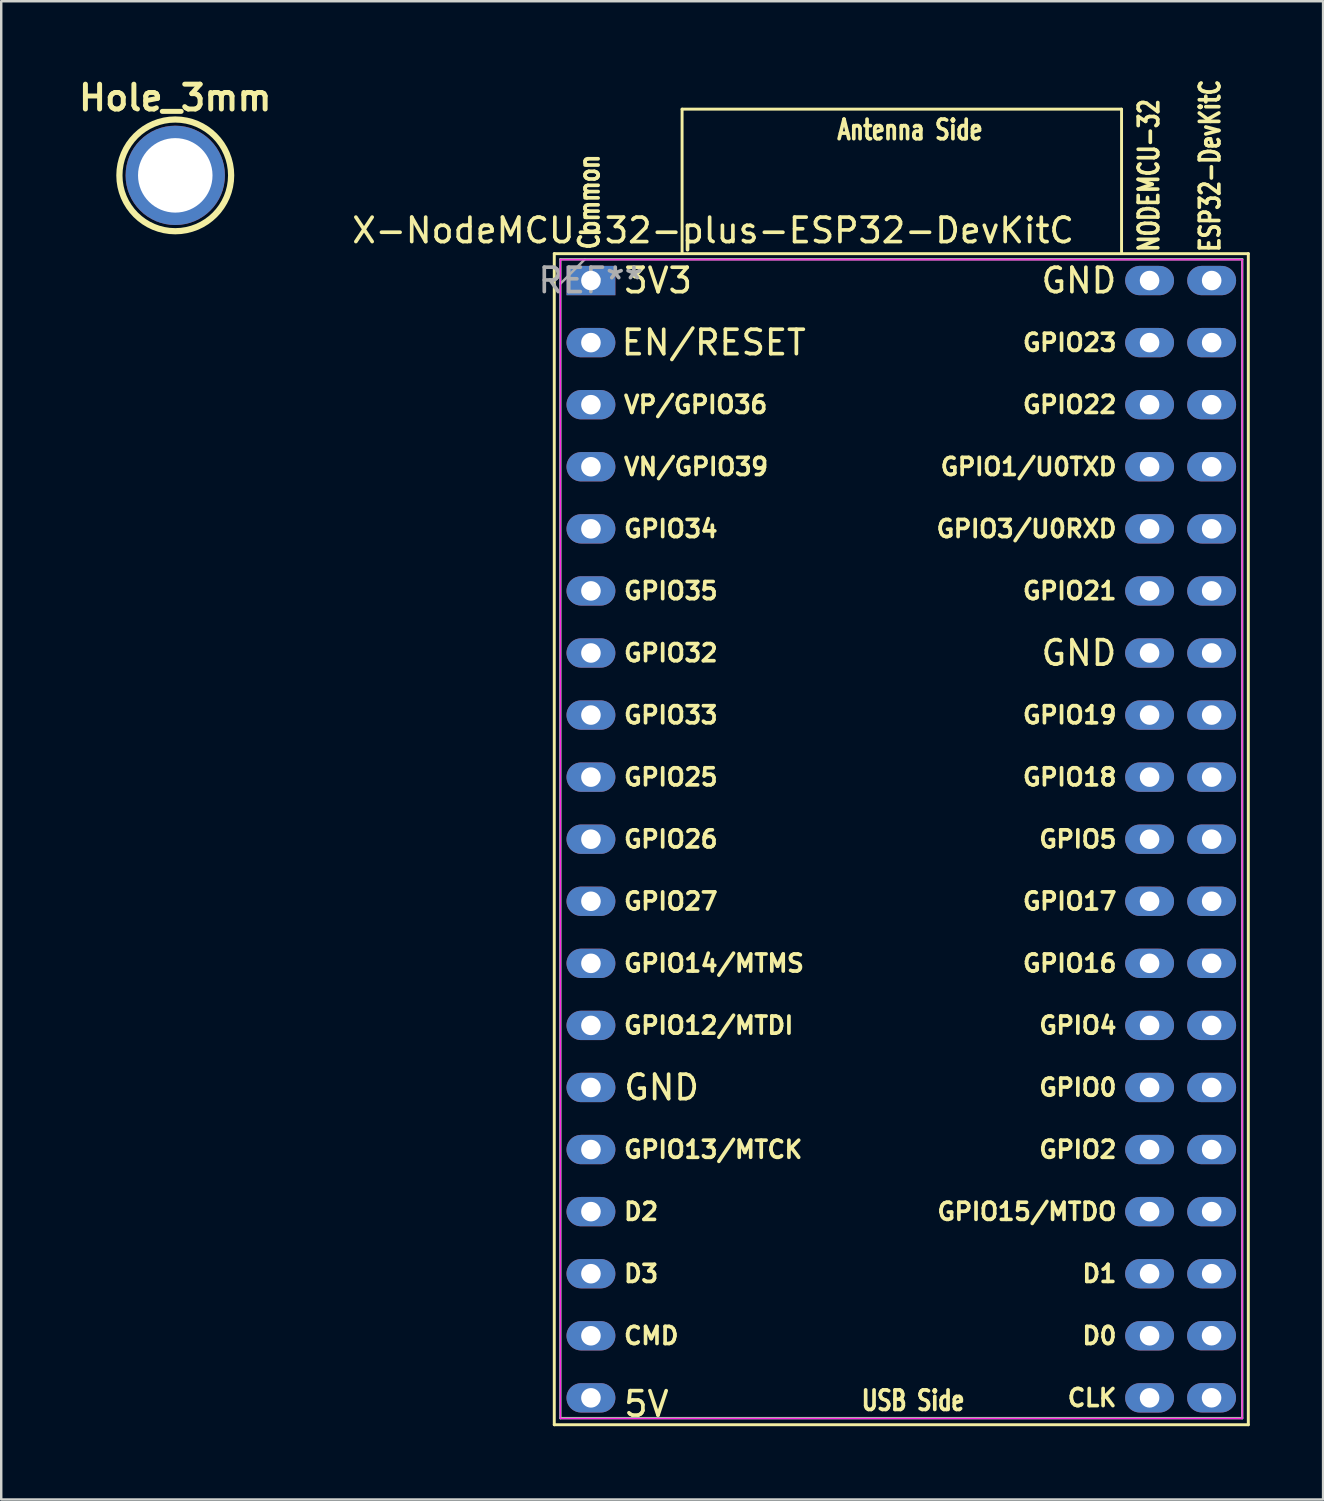
<source format=kicad_pcb>
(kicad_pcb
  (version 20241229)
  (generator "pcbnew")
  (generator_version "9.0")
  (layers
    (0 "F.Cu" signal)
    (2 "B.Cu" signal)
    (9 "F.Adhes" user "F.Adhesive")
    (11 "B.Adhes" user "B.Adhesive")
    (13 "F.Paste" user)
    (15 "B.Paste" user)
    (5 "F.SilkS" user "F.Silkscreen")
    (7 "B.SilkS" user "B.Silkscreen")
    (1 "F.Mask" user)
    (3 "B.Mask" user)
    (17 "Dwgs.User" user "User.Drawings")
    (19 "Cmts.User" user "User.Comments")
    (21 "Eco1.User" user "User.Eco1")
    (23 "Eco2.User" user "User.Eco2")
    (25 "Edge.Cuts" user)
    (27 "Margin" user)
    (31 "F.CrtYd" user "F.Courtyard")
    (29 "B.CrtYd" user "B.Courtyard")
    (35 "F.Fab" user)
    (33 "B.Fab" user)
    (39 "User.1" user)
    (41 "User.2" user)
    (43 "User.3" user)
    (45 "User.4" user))
  (footprint "X-NodeMCU-32-plus-ESP32-DevKitC"
    (layer "F.Cu")
    (at 21.131 8.43)
    (property "Reference" "X-NodeMCU-32-plus-ESP32-DevKitC" (at 5 -2.05 0) (layer "F.SilkS") (effects (font (size 1 1) (thickness 0.15))))
    (attr through_hole)
    (fp_line (start -1.5 46.82) (end 26.9 46.82) (stroke (width 0.12) (type solid)) (layer "F.SilkS"))
    (fp_line (start -1.5 -1.1) (end -1.5 46.82) (stroke (width 0.12) (type solid)) (layer "F.SilkS"))
    (fp_line (start 3.73 -7.013) (end 21.713 -7.013) (stroke (width 0.12) (type solid)) (layer "F.SilkS"))
    (fp_line (start 3.73 -1.12) (end 3.73 -7.013) (stroke (width 0.12) (type solid)) (layer "F.SilkS"))
    (fp_line (start 21.713 -7.013) (end 21.713 -1.12) (stroke (width 0.12) (type solid)) (layer "F.SilkS"))
    (fp_line (start 26.9 46.82) (end 26.9 -1.1) (stroke (width 0.12) (type solid)) (layer "F.SilkS"))
    (fp_line (start 26.9 -1.1) (end -1.5 -1.1) (stroke (width 0.12) (type solid)) (layer "F.SilkS"))
    (fp_line (start -1.25 -0.85) (end 26.65 -0.85) (stroke (width 0.05) (type solid)) (layer "F.CrtYd"))
    (fp_line (start -1.25 46.57) (end -1.25 -0.85) (stroke (width 0.05) (type solid)) (layer "F.CrtYd"))
    (fp_line (start 26.65 -0.85) (end 26.65 46.57) (stroke (width 0.05) (type solid)) (layer "F.CrtYd"))
    (fp_line (start 26.65 46.57) (end -1.25 46.57) (stroke (width 0.05) (type solid)) (layer "F.CrtYd"))
    (fp_line (start -1.25 -0.87) (end 26.65 -0.87) (stroke (width 0.1) (type solid)) (layer "F.Fab"))
    (fp_line (start -1.25 46.55) (end -1.25 -0.87) (stroke (width 0.1) (type solid)) (layer "F.Fab"))
    (fp_line (start -0.25 -0.87) (end -1.25 0.13) (stroke (width 0.1) (type solid)) (layer "F.Fab"))
    (fp_line (start 26.65 -0.87) (end 26.65 46.55) (stroke (width 0.1) (type solid)) (layer "F.Fab"))
    (fp_line (start 26.65 46.55) (end -1.25 46.55) (stroke (width 0.1) (type solid)) (layer "F.Fab"))
    (fp_text user "ESP32-DevKitC" (at 25.8 -1.1 90) (unlocked yes) (layer "F.SilkS") (effects (font (size 0.8 0.6) (thickness 0.15)) (justify left bottom)))
    (fp_text user "GPIO4" (at 21.59 30.48 0) (unlocked yes) (layer "F.SilkS") (effects (font (size 0.7 0.7) (thickness 0.15)) (justify right)))
    (fp_text user "D1" (at 21.59 40.64 0) (unlocked yes) (layer "F.SilkS") (effects (font (size 0.7 0.7) (thickness 0.15)) (justify right)))
    (fp_text user "GND" (at 21.59 0 0) (unlocked yes) (layer "F.SilkS") (effects (font (size 1 1) (thickness 0.15)) (justify right)))
    (fp_text user "GPIO19" (at 21.59 17.78 0) (unlocked yes) (layer "F.SilkS") (effects (font (size 0.7 0.7) (thickness 0.15)) (justify right)))
    (fp_text user "GPIO15/MTDO" (at 21.59 38.1 0) (unlocked yes) (layer "F.SilkS") (effects (font (size 0.7 0.7) (thickness 0.15)) (justify right)))
    (fp_text user "GPIO14/MTMS" (at 1.27 27.94 0) (unlocked yes) (layer "F.SilkS") (effects (font (size 0.7 0.7) (thickness 0.15)) (justify left)))
    (fp_text user "GPIO33" (at 1.27 17.78 0) (unlocked yes) (layer "F.SilkS") (effects (font (size 0.7 0.7) (thickness 0.15)) (justify left)))
    (fp_text user "VN/GPIO39" (at 1.27 7.62 0) (unlocked yes) (layer "F.SilkS") (effects (font (size 0.7 0.7) (thickness 0.15)) (justify left)))
    (fp_text user "GPIO25" (at 1.27 20.32 0) (unlocked yes) (layer "F.SilkS") (effects (font (size 0.7 0.7) (thickness 0.15)) (justify left)))
    (fp_text user "GPIO17" (at 21.59 25.4 0) (unlocked yes) (layer "F.SilkS") (effects (font (size 0.7 0.7) (thickness 0.15)) (justify right)))
    (fp_text user "GPIO23" (at 21.59 2.54 0) (unlocked yes) (layer "F.SilkS") (effects (font (size 0.7 0.7) (thickness 0.15)) (justify right)))
    (fp_text user "D2" (at 1.27 38.1 0) (unlocked yes) (layer "F.SilkS") (effects (font (size 0.7 0.7) (thickness 0.15)) (justify left)))
    (fp_text user "NODEMCU-32" (at 23.3 -1.1 90) (unlocked yes) (layer "F.SilkS") (effects (font (size 0.8 0.6) (thickness 0.15)) (justify left bottom)))
    (fp_text user "D3" (at 1.27 40.64 0) (unlocked yes) (layer "F.SilkS") (effects (font (size 0.7 0.7) (thickness 0.15)) (justify left)))
    (fp_text user "Common" (at 0.4 -1.2 90) (unlocked yes) (layer "F.SilkS") (effects (font (size 0.8 0.6) (thickness 0.15)) (justify left bottom)))
    (fp_text user "Antenna Side" (at 10 -5.7 0) (unlocked yes) (layer "F.SilkS") (effects (font (size 0.8 0.6) (thickness 0.15)) (justify left bottom)))
    (fp_text user "D0" (at 21.59 43.18 0) (unlocked yes) (layer "F.SilkS") (effects (font (size 0.7 0.7) (thickness 0.15)) (justify right)))
    (fp_text user "EN/RESET" (at 8.886 2.537 0) (unlocked yes) (layer "F.SilkS") (effects (font (size 1 1) (thickness 0.15)) (justify right)))
    (fp_text user "GPIO2" (at 21.59 35.56 0) (unlocked yes) (layer "F.SilkS") (effects (font (size 0.7 0.7) (thickness 0.15)) (justify right)))
    (fp_text user "3V3" (at 1.27 0 0) (unlocked yes) (layer "F.SilkS") (effects (font (size 1 1) (thickness 0.15)) (justify left)))
    (fp_text user "GPIO18" (at 21.59 20.32 0) (unlocked yes) (layer "F.SilkS") (effects (font (size 0.7 0.7) (thickness 0.15)) (justify right)))
    (fp_text user "GPIO35" (at 1.27 12.7 0) (unlocked yes) (layer "F.SilkS") (effects (font (size 0.7 0.7) (thickness 0.15)) (justify left)))
    (fp_text user "GPIO13/MTCK" (at 1.27 35.56 0) (unlocked yes) (layer "F.SilkS") (effects (font (size 0.7 0.7) (thickness 0.15)) (justify left)))
    (fp_text user "GPIO34" (at 1.27 10.16 0) (unlocked yes) (layer "F.SilkS") (effects (font (size 0.7 0.7) (thickness 0.15)) (justify left)))
    (fp_text user "GPIO12/MTDI" (at 1.27 30.48 0) (unlocked yes) (layer "F.SilkS") (effects (font (size 0.7 0.7) (thickness 0.15)) (justify left)))
    (fp_text user "GPIO16" (at 21.59 27.94 0) (unlocked yes) (layer "F.SilkS") (effects (font (size 0.7 0.7) (thickness 0.15)) (justify right)))
    (fp_text user "GPIO5" (at 21.59 22.86 0) (unlocked yes) (layer "F.SilkS") (effects (font (size 0.7 0.7) (thickness 0.15)) (justify right)))
    (fp_text user "CLK" (at 21.59 45.72 0) (unlocked yes) (layer "F.SilkS") (effects (font (size 0.7 0.7) (thickness 0.15)) (justify right)))
    (fp_text user "GND" (at 1.27 33.02 0) (unlocked yes) (layer "F.SilkS") (effects (font (size 1 1) (thickness 0.15)) (justify left)))
    (fp_text user "GPIO27" (at 1.27 25.4 0) (unlocked yes) (layer "F.SilkS") (effects (font (size 0.7 0.7) (thickness 0.15)) (justify left)))
    (fp_text user "GPIO21" (at 21.59 12.7 0) (unlocked yes) (layer "F.SilkS") (effects (font (size 0.7 0.7) (thickness 0.15)) (justify right)))
    (fp_text user "GPIO1/U0TXD" (at 21.59 7.62 0) (unlocked yes) (layer "F.SilkS") (effects (font (size 0.7 0.7) (thickness 0.15)) (justify right)))
    (fp_text user "GPIO0" (at 21.59 33.02 0) (unlocked yes) (layer "F.SilkS") (effects (font (size 0.7 0.7) (thickness 0.15)) (justify right)))
    (fp_text user "GPIO32" (at 1.27 15.24 0) (unlocked yes) (layer "F.SilkS") (effects (font (size 0.7 0.7) (thickness 0.15)) (justify left)))
    (fp_text user "GND" (at 21.59 15.24 0) (unlocked yes) (layer "F.SilkS") (effects (font (size 1 1) (thickness 0.15)) (justify right)))
    (fp_text user "CMD" (at 1.27 43.18 0) (unlocked yes) (layer "F.SilkS") (effects (font (size 0.7 0.7) (thickness 0.15)) (justify left)))
    (fp_text user "VP/GPIO36" (at 1.27 5.08 0) (unlocked yes) (layer "F.SilkS") (effects (font (size 0.7 0.7) (thickness 0.15)) (justify left)))
    (fp_text user "GPIO22" (at 21.59 5.08 0) (unlocked yes) (layer "F.SilkS") (effects (font (size 0.7 0.7) (thickness 0.15)) (justify right)))
    (fp_text user "GPIO26" (at 1.27 22.86 0) (unlocked yes) (layer "F.SilkS") (effects (font (size 0.7 0.7) (thickness 0.15)) (justify left)))
    (fp_text user "GPIO3/U0RXD" (at 21.59 10.16 0) (unlocked yes) (layer "F.SilkS") (effects (font (size 0.7 0.7) (thickness 0.15)) (justify right)))
    (fp_text user "5V" (at 1.266 45.971 0) (unlocked yes) (layer "F.SilkS") (effects (font (size 1 1) (thickness 0.15)) (justify left)))
    (fp_text user "USB Side" (at 11 46.3 0) (unlocked yes) (layer "F.SilkS") (effects (font (size 0.8 0.6) (thickness 0.15)) (justify left bottom)))
    (fp_text user "REF**" (at -0.004 -0.003 0) (layer "F.Fab") (effects (font (size 1 1) (thickness 0.15))))
    (pad "1" thru_hole rect (at 0 0 270) (size 1.2 2) (drill 0.8) (layers "*.Cu" "*.Mask"))
    (pad "2" thru_hole oval (at 0 2.54 270) (size 1.2 2) (drill 0.8) (layers "*.Cu" "*.Mask"))
    (pad "3" thru_hole oval (at 0 5.08 270) (size 1.2 2) (drill 0.8) (layers "*.Cu" "*.Mask"))
    (pad "4" thru_hole oval (at 0 7.62 270) (size 1.2 2) (drill 0.8) (layers "*.Cu" "*.Mask"))
    (pad "5" thru_hole oval (at 0 10.16 270) (size 1.2 2) (drill 0.8) (layers "*.Cu" "*.Mask"))
    (pad "6" thru_hole oval (at 0 12.7 270) (size 1.2 2) (drill 0.8) (layers "*.Cu" "*.Mask"))
    (pad "7" thru_hole oval (at 0 15.24 270) (size 1.2 2) (drill 0.8) (layers "*.Cu" "*.Mask"))
    (pad "8" thru_hole oval (at 0 17.78 270) (size 1.2 2) (drill 0.8) (layers "*.Cu" "*.Mask"))
    (pad "9" thru_hole oval (at 0 20.32 270) (size 1.2 2) (drill 0.8) (layers "*.Cu" "*.Mask"))
    (pad "10" thru_hole oval (at 0 22.86 270) (size 1.2 2) (drill 0.8) (layers "*.Cu" "*.Mask"))
    (pad "11" thru_hole oval (at 0 25.4 270) (size 1.2 2) (drill 0.8) (layers "*.Cu" "*.Mask"))
    (pad "12" thru_hole oval (at 0 27.94 270) (size 1.2 2) (drill 0.8) (layers "*.Cu" "*.Mask"))
    (pad "13" thru_hole oval (at 0 30.48 270) (size 1.2 2) (drill 0.8) (layers "*.Cu" "*.Mask"))
    (pad "14" thru_hole oval (at 0 33.02 270) (size 1.2 2) (drill 0.8) (layers "*.Cu" "*.Mask"))
    (pad "15" thru_hole oval (at 0 35.56 270) (size 1.2 2) (drill 0.8) (layers "*.Cu" "*.Mask"))
    (pad "16" thru_hole oval (at 0 38.1 270) (size 1.2 2) (drill 0.8) (layers "*.Cu" "*.Mask"))
    (pad "17" thru_hole oval (at 0 40.64 270) (size 1.2 2) (drill 0.8) (layers "*.Cu" "*.Mask"))
    (pad "18" thru_hole oval (at 0 43.18 270) (size 1.2 2) (drill 0.8) (layers "*.Cu" "*.Mask"))
    (pad "19" thru_hole oval (at 0 45.72 270) (size 1.2 2) (drill 0.8) (layers "*.Cu" "*.Mask"))
    (pad "20" thru_hole oval (at 22.86 45.72 270) (size 1.2 2) (drill 0.8) (layers "*.Cu" "*.Mask"))
    (pad "20" thru_hole oval (at 25.396 45.717 270) (size 1.2 2) (drill 0.8) (layers "*.Cu" "*.Mask"))
    (pad "21" thru_hole oval (at 22.86 43.18 270) (size 1.2 2) (drill 0.8) (layers "*.Cu" "*.Mask"))
    (pad "21" thru_hole oval (at 25.396 43.177 270) (size 1.2 2) (drill 0.8) (layers "*.Cu" "*.Mask"))
    (pad "22" thru_hole oval (at 22.86 40.64 270) (size 1.2 2) (drill 0.8) (layers "*.Cu" "*.Mask"))
    (pad "22" thru_hole oval (at 25.4 40.64 270) (size 1.2 2) (drill 0.8) (layers "*.Cu" "*.Mask"))
    (pad "23" thru_hole oval (at 22.86 38.1 270) (size 1.2 2) (drill 0.8) (layers "*.Cu" "*.Mask"))
    (pad "23" thru_hole oval (at 25.4 38.1 270) (size 1.2 2) (drill 0.8) (layers "*.Cu" "*.Mask"))
    (pad "24" thru_hole oval (at 22.86 35.56 270) (size 1.2 2) (drill 0.8) (layers "*.Cu" "*.Mask"))
    (pad "24" thru_hole oval (at 25.4 35.56 270) (size 1.2 2) (drill 0.8) (layers "*.Cu" "*.Mask"))
    (pad "25" thru_hole oval (at 22.86 33.02 270) (size 1.2 2) (drill 0.8) (layers "*.Cu" "*.Mask"))
    (pad "25" thru_hole oval (at 25.4 33.02 270) (size 1.2 2) (drill 0.8) (layers "*.Cu" "*.Mask"))
    (pad "26" thru_hole oval (at 22.86 30.48 270) (size 1.2 2) (drill 0.8) (layers "*.Cu" "*.Mask"))
    (pad "26" thru_hole oval (at 25.4 30.48 270) (size 1.2 2) (drill 0.8) (layers "*.Cu" "*.Mask"))
    (pad "27" thru_hole oval (at 22.86 27.94 270) (size 1.2 2) (drill 0.8) (layers "*.Cu" "*.Mask"))
    (pad "27" thru_hole oval (at 25.4 27.94 270) (size 1.2 2) (drill 0.8) (layers "*.Cu" "*.Mask"))
    (pad "28" thru_hole oval (at 22.86 25.4 270) (size 1.2 2) (drill 0.8) (layers "*.Cu" "*.Mask"))
    (pad "28" thru_hole oval (at 25.4 25.4 270) (size 1.2 2) (drill 0.8) (layers "*.Cu" "*.Mask"))
    (pad "29" thru_hole oval (at 22.86 22.86 270) (size 1.2 2) (drill 0.8) (layers "*.Cu" "*.Mask"))
    (pad "29" thru_hole oval (at 25.4 22.86 270) (size 1.2 2) (drill 0.8) (layers "*.Cu" "*.Mask"))
    (pad "30" thru_hole oval (at 22.86 20.32 270) (size 1.2 2) (drill 0.8) (layers "*.Cu" "*.Mask"))
    (pad "30" thru_hole oval (at 25.4 20.32 270) (size 1.2 2) (drill 0.8) (layers "*.Cu" "*.Mask"))
    (pad "31" thru_hole oval (at 22.86 17.78 270) (size 1.2 2) (drill 0.8) (layers "*.Cu" "*.Mask"))
    (pad "31" thru_hole oval (at 25.4 17.78 270) (size 1.2 2) (drill 0.8) (layers "*.Cu" "*.Mask"))
    (pad "32" thru_hole oval (at 22.86 15.24 270) (size 1.2 2) (drill 0.8) (layers "*.Cu" "*.Mask"))
    (pad "32" thru_hole oval (at 25.4 15.24 270) (size 1.2 2) (drill 0.8) (layers "*.Cu" "*.Mask"))
    (pad "33" thru_hole oval (at 22.86 12.7 270) (size 1.2 2) (drill 0.8) (layers "*.Cu" "*.Mask"))
    (pad "33" thru_hole oval (at 25.4 12.7 270) (size 1.2 2) (drill 0.8) (layers "*.Cu" "*.Mask"))
    (pad "34" thru_hole oval (at 22.86 10.16 270) (size 1.2 2) (drill 0.8) (layers "*.Cu" "*.Mask"))
    (pad "34" thru_hole oval (at 25.4 10.16 270) (size 1.2 2) (drill 0.8) (layers "*.Cu" "*.Mask"))
    (pad "35" thru_hole oval (at 22.86 7.62 270) (size 1.2 2) (drill 0.8) (layers "*.Cu" "*.Mask"))
    (pad "35" thru_hole oval (at 25.4 7.62 270) (size 1.2 2) (drill 0.8) (layers "*.Cu" "*.Mask"))
    (pad "36" thru_hole oval (at 22.86 5.08 270) (size 1.2 2) (drill 0.8) (layers "*.Cu" "*.Mask"))
    (pad "36" thru_hole oval (at 25.4 5.08 270) (size 1.2 2) (drill 0.8) (layers "*.Cu" "*.Mask"))
    (pad "37" thru_hole oval (at 22.86 2.54 270) (size 1.2 2) (drill 0.8) (layers "*.Cu" "*.Mask"))
    (pad "37" thru_hole oval (at 25.4 2.54 270) (size 1.2 2) (drill 0.8) (layers "*.Cu" "*.Mask"))
    (pad "38" thru_hole oval (at 22.86 0 270) (size 1.2 2) (drill 0.8) (layers "*.Cu" "*.Mask"))
    (pad "38" thru_hole oval (at 25.4 0 270) (size 1.2 2) (drill 0.8) (layers "*.Cu" "*.Mask")))
  (footprint "Hole_3mm"
    (layer "F.Cu")
    (at 4.122 4.126)
    (property "Reference" "Hole_3mm" (at 0 -3.175 0) (layer "F.SilkS") (effects (font (size 1.016 1.016) (thickness 0.203))))
    (attr through_hole)
    (fp_circle (center 0 0) (end 0 -2.286) (stroke (width 0.254) (type solid)) (fill no) (layer "F.SilkS"))
    (pad "1" thru_hole circle (at 0 0) (size 4.064 4.064) (drill 3.048) (layers "*.Cu" "*.Mask")))
  (gr_rect
    (start -3 -3)
    (end 51.091 58.31)
    (stroke (width 0.1) (type default))
    (fill no)
    (layer "Edge.Cuts")))
</source>
